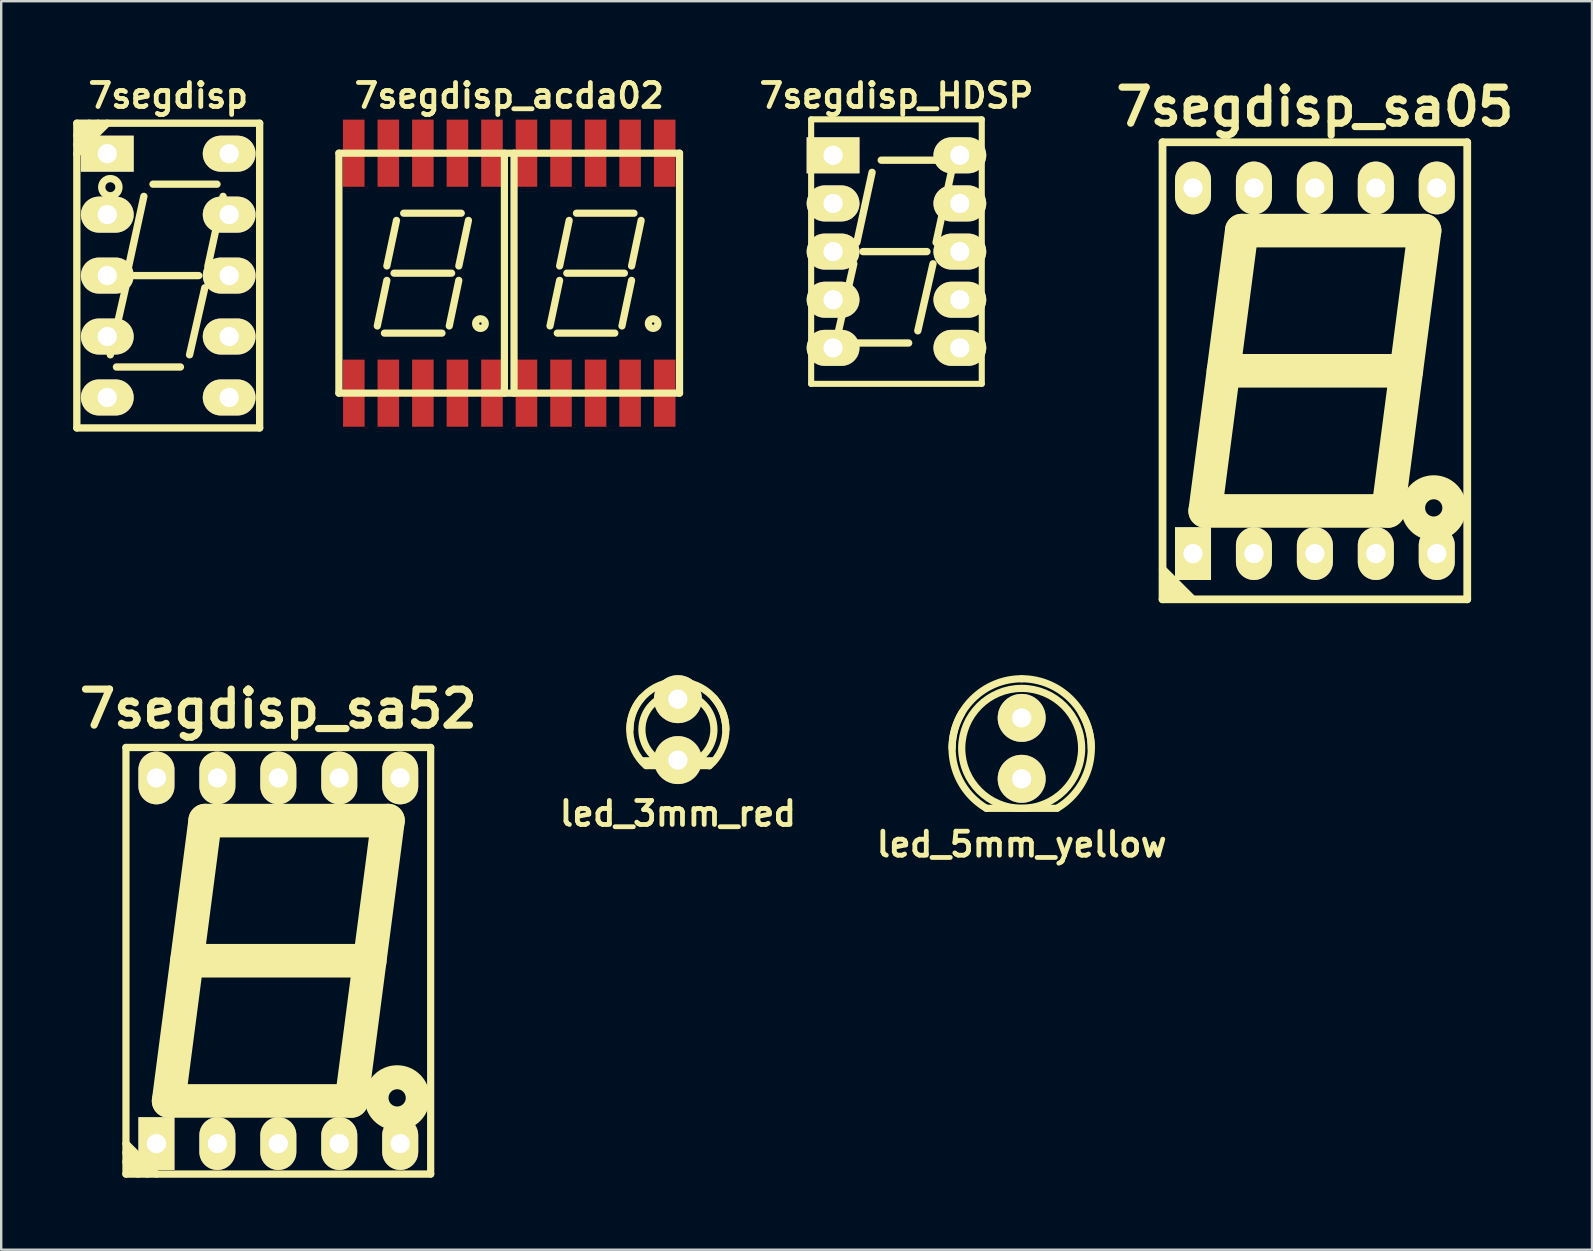
<source format=kicad_pcb>
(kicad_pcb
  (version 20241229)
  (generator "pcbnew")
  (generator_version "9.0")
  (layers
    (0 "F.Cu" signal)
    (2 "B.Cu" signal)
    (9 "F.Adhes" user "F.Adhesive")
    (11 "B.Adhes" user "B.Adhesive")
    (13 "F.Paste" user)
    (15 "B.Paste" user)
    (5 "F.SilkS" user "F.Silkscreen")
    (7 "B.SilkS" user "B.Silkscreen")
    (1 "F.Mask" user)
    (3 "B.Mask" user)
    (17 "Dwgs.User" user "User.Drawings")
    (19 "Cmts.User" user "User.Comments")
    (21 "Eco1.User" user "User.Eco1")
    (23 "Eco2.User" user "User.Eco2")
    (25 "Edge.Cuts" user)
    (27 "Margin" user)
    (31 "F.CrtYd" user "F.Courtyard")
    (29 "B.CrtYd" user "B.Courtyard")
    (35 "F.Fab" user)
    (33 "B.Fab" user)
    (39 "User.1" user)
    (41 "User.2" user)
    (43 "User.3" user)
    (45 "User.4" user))
  (footprint "7segdisp_HDSP"
    (layer "F.Cu")
    (at 34.314 7.436)
    (property "Reference" "7segdisp_HDSP" (at 0 -6.5 0) (layer "F.SilkS") (effects (font (size 1 1) (thickness 0.2))))
    (attr through_hole)
    (fp_line (start -3.556 -5.512) (end 3.556 -5.512) (stroke (width 0.254) (type solid)) (layer "F.SilkS"))
    (fp_line (start -3.556 5.512) (end -3.556 -5.512) (stroke (width 0.254) (type solid)) (layer "F.SilkS"))
    (fp_line (start -2.413 3.302) (end -1.778 0.508) (stroke (width 0.305) (type solid)) (layer "F.SilkS"))
    (fp_line (start -2.159 3.81) (end 0.508 3.81) (stroke (width 0.305) (type solid)) (layer "F.SilkS"))
    (fp_line (start -1.651 -0.381) (end -1.016 -3.302) (stroke (width 0.305) (type solid)) (layer "F.SilkS"))
    (fp_line (start -1.397 0) (end 1.27 0) (stroke (width 0.305) (type solid)) (layer "F.SilkS"))
    (fp_line (start -0.635 -3.81) (end 2.032 -3.81) (stroke (width 0.305) (type solid)) (layer "F.SilkS"))
    (fp_line (start 0.889 3.302) (end 1.524 0.508) (stroke (width 0.305) (type solid)) (layer "F.SilkS"))
    (fp_line (start 1.651 -0.381) (end 2.286 -3.302) (stroke (width 0.305) (type solid)) (layer "F.SilkS"))
    (fp_line (start 3.556 -5.512) (end 3.556 5.512) (stroke (width 0.254) (type solid)) (layer "F.SilkS"))
    (fp_line (start 3.556 5.512) (end -3.556 5.512) (stroke (width 0.254) (type solid)) (layer "F.SilkS"))
    (fp_circle (center 2.667 3.937) (end 2.921 4.191) (stroke (width 0.305) (type solid)) (fill no) (layer "F.SilkS"))
    (pad "1" thru_hole rect (at -2.642 -4.013) (size 2.2 1.501) (drill 0.8) (layers "*.Cu" "*.Mask" "F.SilkS"))
    (pad "2" thru_hole oval (at -2.642 -2.007) (size 2.2 1.501) (drill 0.8) (layers "*.Cu" "*.Mask" "F.SilkS"))
    (pad "3" thru_hole oval (at -2.642 0) (size 2.2 1.501) (drill 0.8) (layers "*.Cu" "*.Mask" "F.SilkS"))
    (pad "4" thru_hole oval (at -2.642 2.007) (size 2.2 1.501) (drill 0.8) (layers "*.Cu" "*.Mask" "F.SilkS"))
    (pad "5" thru_hole oval (at -2.642 4.013) (size 2.2 1.501) (drill 0.8) (layers "*.Cu" "*.Mask" "F.SilkS"))
    (pad "6" thru_hole oval (at 2.642 4.013) (size 2.2 1.501) (drill 0.8) (layers "*.Cu" "*.Mask" "F.SilkS"))
    (pad "7" thru_hole oval (at 2.642 2.007) (size 2.2 1.501) (drill 0.8) (layers "*.Cu" "*.Mask" "F.SilkS"))
    (pad "8" thru_hole oval (at 2.642 0) (size 2.2 1.501) (drill 0.8) (layers "*.Cu" "*.Mask" "F.SilkS"))
    (pad "9" thru_hole oval (at 2.642 -2.007) (size 2.2 1.501) (drill 0.8) (layers "*.Cu" "*.Mask" "F.SilkS"))
    (pad "10" thru_hole oval (at 2.642 -4.013) (size 2.2 1.501) (drill 0.8) (layers "*.Cu" "*.Mask" "F.SilkS")))
  (footprint "7segdisp_acda02"
    (layer "F.Cu")
    (at 18.174 8.336)
    (property "Reference" "7segdisp_acda02" (at 0 -7.4 0) (layer "F.SilkS") (effects (font (size 1 1) (thickness 0.2))))
    (attr through_hole)
    (fp_line (start -7.099 -5.001) (end 7.099 -5.001) (stroke (width 0.3) (type solid)) (layer "F.SilkS"))
    (fp_line (start -7.099 5.001) (end -7.099 -5.001) (stroke (width 0.3) (type solid)) (layer "F.SilkS"))
    (fp_line (start -5.1 0.3) (end -5.499 2.2) (stroke (width 0.3) (type solid)) (layer "F.SilkS"))
    (fp_line (start -4.699 -2.2) (end -5.1 -0.3) (stroke (width 0.3) (type solid)) (layer "F.SilkS"))
    (fp_line (start -2.802 2.499) (end -5.202 2.499) (stroke (width 0.3) (type solid)) (layer "F.SilkS"))
    (fp_line (start -2.499 2.2) (end -2.101 0.3) (stroke (width 0.3) (type solid)) (layer "F.SilkS"))
    (fp_line (start -2.4 0) (end -4.801 0) (stroke (width 0.3) (type solid)) (layer "F.SilkS"))
    (fp_line (start -2.101 -0.3) (end -1.699 -2.2) (stroke (width 0.3) (type solid)) (layer "F.SilkS"))
    (fp_line (start -1.999 -2.499) (end -4.399 -2.499) (stroke (width 0.3) (type solid)) (layer "F.SilkS"))
    (fp_line (start -0.201 5.001) (end -0.201 -5.001) (stroke (width 0.3) (type solid)) (layer "F.SilkS"))
    (fp_line (start 0.201 -5.001) (end 0.201 5.001) (stroke (width 0.3) (type solid)) (layer "F.SilkS"))
    (fp_line (start 1.699 2.2) (end 2.101 0.3) (stroke (width 0.3) (type solid)) (layer "F.SilkS"))
    (fp_line (start 2.101 -0.3) (end 2.499 -2.2) (stroke (width 0.3) (type solid)) (layer "F.SilkS"))
    (fp_line (start 4.402 2.499) (end 2.002 2.499) (stroke (width 0.3) (type solid)) (layer "F.SilkS"))
    (fp_line (start 4.699 2.2) (end 5.1 0.3) (stroke (width 0.3) (type solid)) (layer "F.SilkS"))
    (fp_line (start 4.801 0) (end 2.4 0) (stroke (width 0.3) (type solid)) (layer "F.SilkS"))
    (fp_line (start 5.1 -0.3) (end 5.499 -2.2) (stroke (width 0.3) (type solid)) (layer "F.SilkS"))
    (fp_line (start 5.202 -2.499) (end 2.802 -2.499) (stroke (width 0.3) (type solid)) (layer "F.SilkS"))
    (fp_line (start 7.099 -5.001) (end 7.099 5.001) (stroke (width 0.3) (type solid)) (layer "F.SilkS"))
    (fp_line (start 7.099 5.001) (end -7.099 5.001) (stroke (width 0.3) (type solid)) (layer "F.SilkS"))
    (fp_circle (center -1.199 2.101) (end -1.4 2.101) (stroke (width 0.3) (type solid)) (fill no) (layer "F.SilkS"))
    (fp_circle (center 5.999 2.101) (end 5.799 2.101) (stroke (width 0.3) (type solid)) (fill no) (layer "F.SilkS"))
    (pad "1" smd rect (at -6.477 5.001) (size 0.899 2.799) (layers "F.Cu" "F.Mask" "F.Paste"))
    (pad "2" smd rect (at -5.039 5.001) (size 0.899 2.799) (layers "F.Cu" "F.Mask" "F.Paste"))
    (pad "3" smd rect (at -3.599 5.001) (size 0.899 2.799) (layers "F.Cu" "F.Mask" "F.Paste"))
    (pad "4" smd rect (at -2.159 5.001) (size 0.899 2.799) (layers "F.Cu" "F.Mask" "F.Paste"))
    (pad "5" smd rect (at -0.719 5.001) (size 0.899 2.799) (layers "F.Cu" "F.Mask" "F.Paste"))
    (pad "6" smd rect (at 0.719 5.001) (size 0.899 2.799) (layers "F.Cu" "F.Mask" "F.Paste"))
    (pad "7" smd rect (at 2.159 5.001) (size 0.899 2.799) (layers "F.Cu" "F.Mask" "F.Paste"))
    (pad "8" smd rect (at 3.599 5.001) (size 0.899 2.799) (layers "F.Cu" "F.Mask" "F.Paste"))
    (pad "9" smd rect (at 5.039 5.001) (size 0.899 2.799) (layers "F.Cu" "F.Mask" "F.Paste"))
    (pad "10" smd rect (at 6.48 5.001) (size 0.899 2.799) (layers "F.Cu" "F.Mask" "F.Paste"))
    (pad "11" smd rect (at 6.48 -5.001) (size 0.899 2.799) (layers "F.Cu" "F.Mask" "F.Paste"))
    (pad "12" smd rect (at 5.039 -5.001) (size 0.899 2.799) (layers "F.Cu" "F.Mask" "F.Paste"))
    (pad "13" smd rect (at 3.599 -5.001) (size 0.899 2.799) (layers "F.Cu" "F.Mask" "F.Paste"))
    (pad "14" smd rect (at 2.159 -5.001) (size 0.899 2.799) (layers "F.Cu" "F.Mask" "F.Paste"))
    (pad "15" smd rect (at 0.719 -5.001) (size 0.899 2.799) (layers "F.Cu" "F.Mask" "F.Paste"))
    (pad "16" smd rect (at -0.719 -5.001) (size 0.899 2.799) (layers "F.Cu" "F.Mask" "F.Paste"))
    (pad "17" smd rect (at -2.159 -5.001) (size 0.899 2.799) (layers "F.Cu" "F.Mask" "F.Paste"))
    (pad "18" smd rect (at -3.599 -5.001) (size 0.899 2.799) (layers "F.Cu" "F.Mask" "F.Paste"))
    (pad "19" smd rect (at -5.039 -5.001) (size 0.899 2.799) (layers "F.Cu" "F.Mask" "F.Paste"))
    (pad "20" smd rect (at -6.48 -5.001) (size 0.899 2.799) (layers "F.Cu" "F.Mask" "F.Paste")))
  (footprint "led_3mm_red"
    (layer "F.Cu")
    (at 25.205 27.36)
    (property "Reference" "led_3mm_red" (at 0 3.5 0) (layer "F.SilkS") (effects (font (size 1 1) (thickness 0.2))))
    (attr through_hole)
    (fp_line (start -1.501 1.3) (end 1.501 1.3) (stroke (width 0.3) (type solid)) (layer "F.SilkS"))
    (fp_line (start -1.3 1.501) (end 1.3 1.501) (stroke (width 0.3) (type solid)) (layer "F.SilkS"))
    (fp_arc (start -1.99898 0) (mid -1.413492 -1.413492) (end 0 -1.99898) (stroke (width 0.29972) (type solid)) (layer "F.SilkS"))
    (fp_arc (start -1.33096 1.50114) (mid -2.002597 0.120335) (end -1.50114 -1.33096) (stroke (width 0.29972) (type solid)) (layer "F.SilkS"))
    (fp_arc (start 0 -1.99898) (mid 1.413492 -1.413492) (end 1.99898 0) (stroke (width 0.29972) (type solid)) (layer "F.SilkS"))
    (fp_arc (start 1.50876 -1.31064) (mid 1.993617 0.140092) (end 1.31064 1.50876) (stroke (width 0.29972) (type solid)) (layer "F.SilkS"))
    (fp_circle (center 0 0) (end -1.501 0) (stroke (width 0.3) (type solid)) (fill no) (layer "F.SilkS"))
    (pad "1" thru_hole circle (at 0 -1.27) (size 1.999 1.999) (drill 0.8) (layers "*.Cu" "*.Mask" "F.SilkS"))
    (pad "2" thru_hole circle (at 0 1.27) (size 1.999 1.999) (drill 0.8) (layers "*.Cu" "*.Mask" "F.SilkS")))
  (footprint "7segdisp"
    (layer "F.Cu")
    (at 3.962 8.436)
    (property "Reference" "7segdisp" (at 0 -7.5 0) (layer "F.SilkS") (effects (font (size 1 1) (thickness 0.2))))
    (attr through_hole)
    (fp_line (start -3.81 -6.35) (end -3.81 6.35) (stroke (width 0.305) (type solid)) (layer "F.SilkS"))
    (fp_line (start -3.81 -5.842) (end -3.302 -6.35) (stroke (width 0.305) (type solid)) (layer "F.SilkS"))
    (fp_line (start -3.81 -5.461) (end -2.921 -6.35) (stroke (width 0.305) (type solid)) (layer "F.SilkS"))
    (fp_line (start -3.81 -5.08) (end -2.54 -6.35) (stroke (width 0.305) (type solid)) (layer "F.SilkS"))
    (fp_line (start -3.81 6.35) (end 3.81 6.35) (stroke (width 0.305) (type solid)) (layer "F.SilkS"))
    (fp_line (start -2.413 3.302) (end -1.778 0.508) (stroke (width 0.305) (type solid)) (layer "F.SilkS"))
    (fp_line (start -2.159 3.81) (end 0.508 3.81) (stroke (width 0.305) (type solid)) (layer "F.SilkS"))
    (fp_line (start -1.651 -0.381) (end -1.016 -3.302) (stroke (width 0.305) (type solid)) (layer "F.SilkS"))
    (fp_line (start -1.397 0) (end 1.27 0) (stroke (width 0.305) (type solid)) (layer "F.SilkS"))
    (fp_line (start -0.635 -3.81) (end 2.032 -3.81) (stroke (width 0.305) (type solid)) (layer "F.SilkS"))
    (fp_line (start 0.889 3.302) (end 1.524 0.508) (stroke (width 0.305) (type solid)) (layer "F.SilkS"))
    (fp_line (start 1.651 -0.381) (end 2.286 -3.302) (stroke (width 0.305) (type solid)) (layer "F.SilkS"))
    (fp_line (start 3.81 -6.35) (end -3.81 -6.35) (stroke (width 0.305) (type solid)) (layer "F.SilkS"))
    (fp_line (start 3.81 6.35) (end 3.81 -6.35) (stroke (width 0.305) (type solid)) (layer "F.SilkS"))
    (fp_circle (center -2.413 -3.683) (end -2.159 -3.429) (stroke (width 0.305) (type solid)) (fill no) (layer "F.SilkS"))
    (pad "1" thru_hole rect (at -2.54 -5.08) (size 2.2 1.501) (drill 0.8) (layers "*.Cu" "*.Mask" "F.SilkS"))
    (pad "2" thru_hole oval (at -2.54 -2.54) (size 2.2 1.501) (drill 0.8) (layers "*.Cu" "*.Mask" "F.SilkS"))
    (pad "3" thru_hole oval (at -2.54 0) (size 2.2 1.501) (drill 0.8) (layers "*.Cu" "*.Mask" "F.SilkS"))
    (pad "4" thru_hole oval (at -2.54 2.54) (size 2.2 1.501) (drill 0.8) (layers "*.Cu" "*.Mask" "F.SilkS"))
    (pad "5" thru_hole oval (at -2.54 5.08) (size 2.2 1.501) (drill 0.8) (layers "*.Cu" "*.Mask" "F.SilkS"))
    (pad "6" thru_hole oval (at 2.54 5.08) (size 2.2 1.501) (drill 0.8) (layers "*.Cu" "*.Mask" "F.SilkS"))
    (pad "7" thru_hole oval (at 2.54 2.54) (size 2.2 1.501) (drill 0.8) (layers "*.Cu" "*.Mask" "F.SilkS"))
    (pad "8" thru_hole oval (at 2.54 0) (size 2.2 1.501) (drill 0.8) (layers "*.Cu" "*.Mask" "F.SilkS"))
    (pad "9" thru_hole oval (at 2.54 -2.54) (size 2.2 1.501) (drill 0.8) (layers "*.Cu" "*.Mask" "F.SilkS"))
    (pad "10" thru_hole oval (at 2.54 -5.08) (size 2.2 1.501) (drill 0.8) (layers "*.Cu" "*.Mask" "F.SilkS")))
  (footprint "led_5mm_yellow"
    (layer "F.Cu")
    (at 39.533 28.141)
    (property "Reference" "led_5mm_yellow" (at 0 4 0) (layer "F.SilkS") (effects (font (size 1 1) (thickness 0.2))))
    (attr through_hole)
    (fp_line (start -1.471 2.499) (end 1.471 2.499) (stroke (width 0.3) (type solid)) (layer "F.SilkS"))
    (fp_arc (start -2.90068 0) (mid -2.05109 -2.05109) (end 0 -2.90068) (stroke (width 0.29972) (type solid)) (layer "F.SilkS"))
    (fp_arc (start -1.47066 2.49936) (mid -2.807228 0.727401) (end -2.49936 -1.47066) (stroke (width 0.29972) (type solid)) (layer "F.SilkS"))
    (fp_arc (start 0 -2.90068) (mid 2.05109 -2.05109) (end 2.90068 0) (stroke (width 0.29972) (type solid)) (layer "F.SilkS"))
    (fp_arc (start 2.4892 -1.49098) (mid 2.814412 0.705848) (end 1.49098 2.4892) (stroke (width 0.29972) (type solid)) (layer "F.SilkS"))
    (fp_circle (center 0 0) (end -2.499 0) (stroke (width 0.3) (type solid)) (fill no) (layer "F.SilkS"))
    (pad "1" thru_hole circle (at 0 -1.27) (size 1.999 1.999) (drill 0.8) (layers "*.Cu" "*.Mask" "F.SilkS"))
    (pad "2" thru_hole circle (at 0 1.27) (size 1.999 1.999) (drill 0.8) (layers "*.Cu" "*.Mask" "F.SilkS")))
  (footprint "7segdisp_sa52"
    (layer "F.Cu")
    (at 8.55 36.994)
    (property "Reference" "7segdisp_sa52" (at 0 -10.5 0) (layer "F.SilkS") (effects (font (size 1.5 1.5) (thickness 0.3))))
    (attr through_hole)
    (fp_line (start -6.35 8.89) (end -6.35 -8.89) (stroke (width 0.3) (type solid)) (layer "F.SilkS"))
    (fp_line (start -6.35 8.89) (end 6.35 8.89) (stroke (width 0.305) (type solid)) (layer "F.SilkS"))
    (fp_line (start -5.842 8.89) (end -6.35 8.382) (stroke (width 0.305) (type solid)) (layer "F.SilkS"))
    (fp_line (start -5.461 8.89) (end -6.35 8.001) (stroke (width 0.305) (type solid)) (layer "F.SilkS"))
    (fp_line (start -5.08 8.89) (end -6.35 7.62) (stroke (width 0.305) (type solid)) (layer "F.SilkS"))
    (fp_line (start -4.572 5.842) (end 3.048 5.842) (stroke (width 1.4) (type solid)) (layer "F.SilkS"))
    (fp_line (start -3.048 -5.842) (end -4.572 5.842) (stroke (width 1.4) (type solid)) (layer "F.SilkS"))
    (fp_line (start 3.048 5.842) (end 4.572 -5.842) (stroke (width 1.4) (type solid)) (layer "F.SilkS"))
    (fp_line (start 3.81 0) (end -3.81 0) (stroke (width 1.4) (type solid)) (layer "F.SilkS"))
    (fp_line (start 4.572 -5.842) (end -3.048 -5.842) (stroke (width 1.4) (type solid)) (layer "F.SilkS"))
    (fp_line (start 6.35 -8.89) (end -6.35 -8.89) (stroke (width 0.305) (type solid)) (layer "F.SilkS"))
    (fp_line (start 6.35 8.89) (end 6.35 -8.89) (stroke (width 0.3) (type solid)) (layer "F.SilkS"))
    (fp_circle (center 4.953 5.715) (end 5.207 5.461) (stroke (width 1.001) (type solid)) (fill no) (layer "F.SilkS"))
    (pad "1" thru_hole rect (at -5.08 7.62 90) (size 2.2 1.501) (drill 0.8) (layers "*.Cu" "*.Mask" "F.SilkS"))
    (pad "2" thru_hole oval (at -2.54 7.62 90) (size 2.2 1.501) (drill 0.8) (layers "*.Cu" "*.Mask" "F.SilkS"))
    (pad "3" thru_hole oval (at 0 7.62 90) (size 2.2 1.501) (drill 0.8) (layers "*.Cu" "*.Mask" "F.SilkS"))
    (pad "4" thru_hole oval (at 2.54 7.62 90) (size 2.2 1.501) (drill 0.8) (layers "*.Cu" "*.Mask" "F.SilkS"))
    (pad "5" thru_hole oval (at 5.08 7.62 90) (size 2.2 1.501) (drill 0.8) (layers "*.Cu" "*.Mask" "F.SilkS"))
    (pad "6" thru_hole oval (at 5.08 -7.62 90) (size 2.2 1.501) (drill 0.8) (layers "*.Cu" "*.Mask" "F.SilkS"))
    (pad "7" thru_hole oval (at 2.54 -7.62 90) (size 2.2 1.501) (drill 0.8) (layers "*.Cu" "*.Mask" "F.SilkS"))
    (pad "8" thru_hole oval (at 0 -7.62 90) (size 2.2 1.501) (drill 0.8) (layers "*.Cu" "*.Mask" "F.SilkS"))
    (pad "9" thru_hole oval (at -2.54 -7.62 90) (size 2.2 1.501) (drill 0.8) (layers "*.Cu" "*.Mask" "F.SilkS"))
    (pad "10" thru_hole oval (at -5.08 -7.62 90) (size 2.2 1.501) (drill 0.8) (layers "*.Cu" "*.Mask" "F.SilkS")))
  (footprint "7segdisp_sa05"
    (layer "F.Cu")
    (at 51.754 12.404)
    (property "Reference" "7segdisp_sa05" (at 0 -11 0) (layer "F.SilkS") (effects (font (size 1.5 1.5) (thickness 0.3))))
    (attr through_hole)
    (fp_line (start -6.35 9.525) (end -6.35 -9.525) (stroke (width 0.323) (type solid)) (layer "F.SilkS"))
    (fp_line (start -6.35 9.525) (end 6.35 9.525) (stroke (width 0.323) (type solid)) (layer "F.SilkS"))
    (fp_line (start -5.842 9.525) (end -6.35 9.017) (stroke (width 0.305) (type solid)) (layer "F.SilkS"))
    (fp_line (start -5.461 9.525) (end -6.35 8.636) (stroke (width 0.305) (type solid)) (layer "F.SilkS"))
    (fp_line (start -5.08 9.525) (end -6.35 8.255) (stroke (width 0.305) (type solid)) (layer "F.SilkS"))
    (fp_line (start -4.572 5.842) (end 3.048 5.842) (stroke (width 1.4) (type solid)) (layer "F.SilkS"))
    (fp_line (start -3.048 -5.842) (end -4.572 5.842) (stroke (width 1.4) (type solid)) (layer "F.SilkS"))
    (fp_line (start 3.048 5.842) (end 4.572 -5.842) (stroke (width 1.4) (type solid)) (layer "F.SilkS"))
    (fp_line (start 3.81 0) (end -3.81 0) (stroke (width 1.4) (type solid)) (layer "F.SilkS"))
    (fp_line (start 4.572 -5.842) (end -3.048 -5.842) (stroke (width 1.4) (type solid)) (layer "F.SilkS"))
    (fp_line (start 6.35 -9.525) (end -6.35 -9.525) (stroke (width 0.323) (type solid)) (layer "F.SilkS"))
    (fp_line (start 6.35 -9.525) (end 6.35 9.525) (stroke (width 0.323) (type solid)) (layer "F.SilkS"))
    (fp_circle (center 4.953 5.715) (end 5.207 5.461) (stroke (width 1.001) (type solid)) (fill no) (layer "F.SilkS"))
    (pad "1" thru_hole rect (at -5.08 7.62 90) (size 2.2 1.501) (drill 0.8) (layers "*.Cu" "*.Mask" "F.SilkS"))
    (pad "2" thru_hole oval (at -2.54 7.62 90) (size 2.2 1.501) (drill 0.8) (layers "*.Cu" "*.Mask" "F.SilkS"))
    (pad "3" thru_hole oval (at 0 7.62 90) (size 2.2 1.501) (drill 0.8) (layers "*.Cu" "*.Mask" "F.SilkS"))
    (pad "4" thru_hole oval (at 2.54 7.62 90) (size 2.2 1.501) (drill 0.8) (layers "*.Cu" "*.Mask" "F.SilkS"))
    (pad "5" thru_hole oval (at 5.08 7.62 90) (size 2.2 1.501) (drill 0.8) (layers "*.Cu" "*.Mask" "F.SilkS"))
    (pad "6" thru_hole oval (at 5.08 -7.62 90) (size 2.2 1.501) (drill 0.8) (layers "*.Cu" "*.Mask" "F.SilkS"))
    (pad "7" thru_hole oval (at 2.54 -7.62 90) (size 2.2 1.501) (drill 0.8) (layers "*.Cu" "*.Mask" "F.SilkS"))
    (pad "8" thru_hole oval (at 0 -7.62 90) (size 2.2 1.501) (drill 0.8) (layers "*.Cu" "*.Mask" "F.SilkS"))
    (pad "9" thru_hole oval (at -2.54 -7.62 90) (size 2.2 1.501) (drill 0.8) (layers "*.Cu" "*.Mask" "F.SilkS"))
    (pad "10" thru_hole oval (at -5.08 -7.62 90) (size 2.2 1.501) (drill 0.8) (layers "*.Cu" "*.Mask" "F.SilkS")))
  (gr_rect
    (start -3 -3)
    (end 63.304 49.037)
    (stroke (width 0.1) (type default))
    (fill no)
    (layer "Edge.Cuts")))
</source>
